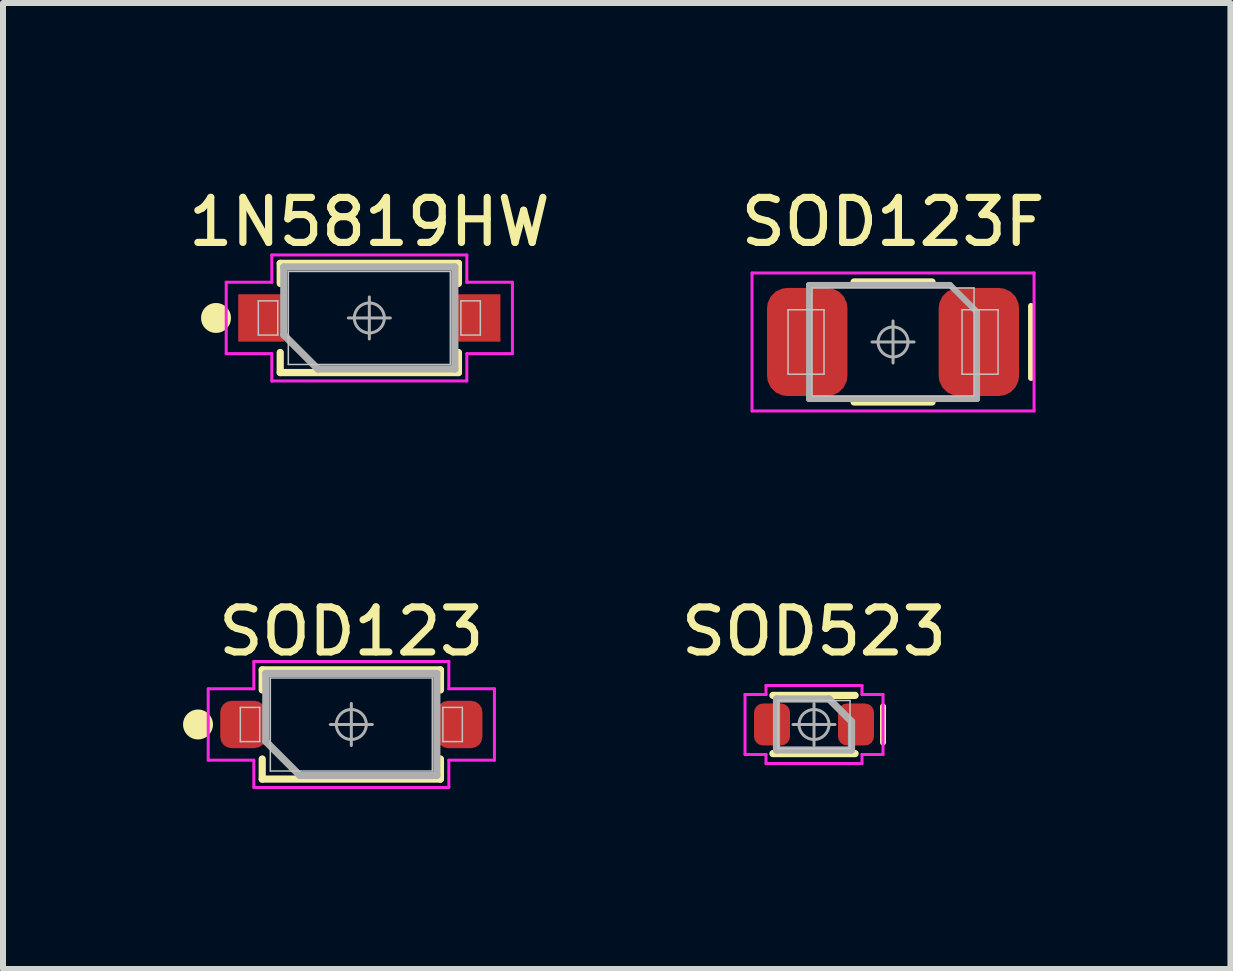
<source format=kicad_pcb>
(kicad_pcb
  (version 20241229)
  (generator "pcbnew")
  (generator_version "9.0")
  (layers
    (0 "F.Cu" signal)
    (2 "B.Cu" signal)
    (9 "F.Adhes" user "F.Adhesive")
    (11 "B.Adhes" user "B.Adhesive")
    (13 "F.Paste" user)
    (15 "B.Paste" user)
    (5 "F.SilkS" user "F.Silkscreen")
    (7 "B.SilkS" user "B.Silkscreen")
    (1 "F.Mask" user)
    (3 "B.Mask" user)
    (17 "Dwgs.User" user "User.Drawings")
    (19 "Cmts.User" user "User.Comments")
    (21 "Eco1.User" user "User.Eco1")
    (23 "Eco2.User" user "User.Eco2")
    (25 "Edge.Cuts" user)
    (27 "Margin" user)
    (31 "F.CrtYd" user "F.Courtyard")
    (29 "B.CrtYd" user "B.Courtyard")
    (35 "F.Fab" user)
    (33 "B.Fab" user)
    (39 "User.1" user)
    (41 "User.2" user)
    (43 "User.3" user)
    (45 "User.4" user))
  (footprint "1N5819HW"
    (layer "F.Cu")
    (at 3.105 2.249)
    (property "Reference" "1N5819HW" (at 0 -1.6 0) (layer "F.SilkS") (effects (font (size 0.75 0.75) (thickness 0.12))))
    (attr smd)
    (fp_line (start -1.485 -0.91) (end -1.485 -0.575) (stroke (width 0.12) (type solid)) (layer "F.SilkS"))
    (fp_line (start -1.485 0.91) (end -1.485 0.575) (stroke (width 0.12) (type solid)) (layer "F.SilkS"))
    (fp_line (start 1.485 -0.91) (end -1.485 -0.91) (stroke (width 0.12) (type solid)) (layer "F.SilkS"))
    (fp_line (start 1.485 -0.575) (end 1.485 -0.91) (stroke (width 0.12) (type solid)) (layer "F.SilkS"))
    (fp_line (start 1.485 0.575) (end 1.485 0.91) (stroke (width 0.12) (type solid)) (layer "F.SilkS"))
    (fp_line (start 1.485 0.91) (end -1.485 0.91) (stroke (width 0.12) (type solid)) (layer "F.SilkS"))
    (fp_circle (center -2.555 0) (end -2.555 0.125) (stroke (width 0.25) (type solid)) (fill no) (layer "F.SilkS"))
    (fp_line (start -1.85 -0.285) (end -1.526 -0.285) (stroke (width 0.025) (type solid)) (layer "Dwgs.User"))
    (fp_line (start -1.85 0.285) (end -1.85 -0.285) (stroke (width 0.025) (type solid)) (layer "Dwgs.User"))
    (fp_line (start -1.526 -0.285) (end -1.526 0.285) (stroke (width 0.025) (type solid)) (layer "Dwgs.User"))
    (fp_line (start -1.526 0.285) (end -1.85 0.285) (stroke (width 0.025) (type solid)) (layer "Dwgs.User"))
    (fp_line (start -1.35 -0.775) (end 1.35 -0.775) (stroke (width 0.025) (type solid)) (layer "Dwgs.User"))
    (fp_line (start -1.35 0.775) (end -1.35 -0.775) (stroke (width 0.025) (type solid)) (layer "Dwgs.User"))
    (fp_line (start 1.35 -0.775) (end 1.35 0.775) (stroke (width 0.025) (type solid)) (layer "Dwgs.User"))
    (fp_line (start 1.35 0.775) (end -1.35 0.775) (stroke (width 0.025) (type solid)) (layer "Dwgs.User"))
    (fp_line (start 1.526 -0.285) (end 1.85 -0.285) (stroke (width 0.025) (type solid)) (layer "Dwgs.User"))
    (fp_line (start 1.526 0.285) (end 1.526 -0.285) (stroke (width 0.025) (type solid)) (layer "Dwgs.User"))
    (fp_line (start 1.85 -0.285) (end 1.85 0.285) (stroke (width 0.025) (type solid)) (layer "Dwgs.User"))
    (fp_line (start 1.85 0.285) (end 1.526 0.285) (stroke (width 0.025) (type solid)) (layer "Dwgs.User"))
    (fp_line (start -2.385 -0.595) (end -2.385 0.595) (stroke (width 0.05) (type solid)) (layer "F.CrtYd"))
    (fp_line (start -2.385 0.595) (end -1.625 0.595) (stroke (width 0.05) (type solid)) (layer "F.CrtYd"))
    (fp_line (start -1.625 -1.05) (end -1.625 -0.595) (stroke (width 0.05) (type solid)) (layer "F.CrtYd"))
    (fp_line (start -1.625 -0.595) (end -2.385 -0.595) (stroke (width 0.05) (type solid)) (layer "F.CrtYd"))
    (fp_line (start -1.625 0.595) (end -1.625 1.05) (stroke (width 0.05) (type solid)) (layer "F.CrtYd"))
    (fp_line (start -1.625 1.05) (end 1.625 1.05) (stroke (width 0.05) (type solid)) (layer "F.CrtYd"))
    (fp_line (start 1.625 -1.05) (end -1.625 -1.05) (stroke (width 0.05) (type solid)) (layer "F.CrtYd"))
    (fp_line (start 1.625 -0.595) (end 1.625 -1.05) (stroke (width 0.05) (type solid)) (layer "F.CrtYd"))
    (fp_line (start 1.625 0.595) (end 2.385 0.595) (stroke (width 0.05) (type solid)) (layer "F.CrtYd"))
    (fp_line (start 1.625 1.05) (end 1.625 0.595) (stroke (width 0.05) (type solid)) (layer "F.CrtYd"))
    (fp_line (start 2.385 -0.595) (end 1.625 -0.595) (stroke (width 0.05) (type solid)) (layer "F.CrtYd"))
    (fp_line (start 2.385 0.595) (end 2.385 -0.595) (stroke (width 0.05) (type solid)) (layer "F.CrtYd"))
    (fp_line (start -1.425 -0.85) (end -1.425 0.283) (stroke (width 0.12) (type solid)) (layer "F.Fab"))
    (fp_line (start -1.425 0.283) (end -0.858 0.85) (stroke (width 0.12) (type solid)) (layer "F.Fab"))
    (fp_line (start -0.858 0.85) (end 1.425 0.85) (stroke (width 0.12) (type solid)) (layer "F.Fab"))
    (fp_line (start 0 -0.35) (end 0 0.35) (stroke (width 0.05) (type solid)) (layer "F.Fab"))
    (fp_line (start 0.35 0) (end -0.35 0) (stroke (width 0.05) (type solid)) (layer "F.Fab"))
    (fp_line (start 1.425 -0.85) (end -1.425 -0.85) (stroke (width 0.12) (type solid)) (layer "F.Fab"))
    (fp_line (start 1.425 0.85) (end 1.425 -0.85) (stroke (width 0.12) (type solid)) (layer "F.Fab"))
    (fp_circle (center 0 0) (end 0.25 0) (stroke (width 0.05) (type solid)) (fill no) (layer "F.Fab"))
    (pad "1" smd rect (at -1.805 0) (size 0.76 0.79) (layers "F.Cu" "F.Mask" "F.Paste"))
    (pad "2" smd rect (at 1.805 0) (size 0.76 0.79) (layers "F.Cu" "F.Mask" "F.Paste")))
  (footprint "SOD523"
    (layer "F.Cu")
    (at 10.516 9.024)
    (property "Reference" "SOD523" (at 0 -1.55 0) (layer "F.SilkS") (effects (font (size 0.75 0.75) (thickness 0.12))))
    (attr smd)
    (fp_line (start -0.685 -0.485) (end 0.685 -0.485) (stroke (width 0.12) (type solid)) (layer "F.SilkS"))
    (fp_line (start -0.685 0.485) (end 0.685 0.485) (stroke (width 0.12) (type solid)) (layer "F.SilkS"))
    (fp_line (start 1.15 0.3) (end 1.15 -0.3) (stroke (width 0.1) (type default)) (layer "F.SilkS"))
    (fp_line (start -0.6 -0.4) (end 0.6 -0.4) (stroke (width 0.025) (type solid)) (layer "Dwgs.User"))
    (fp_line (start -0.6 0.4) (end -0.6 -0.4) (stroke (width 0.025) (type solid)) (layer "Dwgs.User"))
    (fp_line (start 0.6 -0.4) (end 0.6 0.4) (stroke (width 0.025) (type solid)) (layer "Dwgs.User"))
    (fp_line (start 0.6 0.4) (end -0.6 0.4) (stroke (width 0.025) (type solid)) (layer "Dwgs.User"))
    (fp_line (start -1.15 -0.5) (end -0.8 -0.5) (stroke (width 0.05) (type solid)) (layer "F.CrtYd"))
    (fp_line (start -1.15 0.5) (end -1.15 -0.5) (stroke (width 0.05) (type solid)) (layer "F.CrtYd"))
    (fp_line (start -1.15 0.5) (end -0.8 0.5) (stroke (width 0.05) (type solid)) (layer "F.CrtYd"))
    (fp_line (start -0.8 -0.65) (end -0.8 -0.5) (stroke (width 0.05) (type solid)) (layer "F.CrtYd"))
    (fp_line (start -0.8 0.5) (end -0.8 0.65) (stroke (width 0.05) (type solid)) (layer "F.CrtYd"))
    (fp_line (start -0.8 0.65) (end 0.8 0.65) (stroke (width 0.05) (type solid)) (layer "F.CrtYd"))
    (fp_line (start 0.8 -0.65) (end -0.8 -0.65) (stroke (width 0.05) (type solid)) (layer "F.CrtYd"))
    (fp_line (start 0.8 -0.5) (end 0.8 -0.65) (stroke (width 0.05) (type solid)) (layer "F.CrtYd"))
    (fp_line (start 0.8 0.65) (end 0.8 0.5) (stroke (width 0.05) (type solid)) (layer "F.CrtYd"))
    (fp_line (start 1.15 -0.5) (end 0.8 -0.5) (stroke (width 0.05) (type solid)) (layer "F.CrtYd"))
    (fp_line (start 1.15 0.5) (end 0.8 0.5) (stroke (width 0.05) (type solid)) (layer "F.CrtYd"))
    (fp_line (start 1.15 0.5) (end 1.15 -0.5) (stroke (width 0.05) (type solid)) (layer "F.CrtYd"))
    (fp_line (start -0.625 -0.425) (end -0.625 0.425) (stroke (width 0.12) (type solid)) (layer "F.Fab"))
    (fp_line (start -0.625 0.425) (end 0.625 0.425) (stroke (width 0.12) (type solid)) (layer "F.Fab"))
    (fp_line (start -0.35 0) (end 0.35 0) (stroke (width 0.05) (type solid)) (layer "F.Fab"))
    (fp_line (start 0 0.35) (end 0 -0.35) (stroke (width 0.05) (type solid)) (layer "F.Fab"))
    (fp_line (start 0.25 -0.425) (end -0.625 -0.425) (stroke (width 0.12) (type solid)) (layer "F.Fab"))
    (fp_line (start 0.625 -0.05) (end 0.25 -0.425) (stroke (width 0.12) (type solid)) (layer "F.Fab"))
    (fp_line (start 0.625 0.425) (end 0.625 -0.05) (stroke (width 0.12) (type solid)) (layer "F.Fab"))
    (fp_circle (center 0 0) (end -0.25 0) (stroke (width 0.05) (type solid)) (fill no) (layer "F.Fab"))
    (pad "1" smd roundrect (at -0.7 0 180) (size 0.6 0.7) (layers "F.Cu" "F.Mask" "F.Paste") (roundrect_rratio 0.25))
    (pad "2" smd roundrect (at 0.7 0 180) (size 0.6 0.7) (layers "F.Cu" "F.Mask" "F.Paste") (roundrect_rratio 0.25)))
  (footprint "SOD123F"
    (layer "F.Cu")
    (at 11.833 2.649)
    (property "Reference" "SOD123F" (at 0 -2 0) (layer "F.SilkS") (effects (font (size 0.75 0.75) (thickness 0.12))))
    (attr smd)
    (fp_line (start -0.65 -1) (end 0.65 -1) (stroke (width 0.12) (type solid)) (layer "F.SilkS"))
    (fp_line (start -0.65 1) (end 0.65 1) (stroke (width 0.12) (type solid)) (layer "F.SilkS"))
    (fp_line (start 2.3 0.6) (end 2.3 -0.6) (stroke (width 0.1) (type default)) (layer "F.SilkS"))
    (fp_line (start -1.75 -0.537) (end -1.15 -0.537) (stroke (width 0.025) (type solid)) (layer "Dwgs.User"))
    (fp_line (start -1.75 0.537) (end -1.75 -0.537) (stroke (width 0.025) (type solid)) (layer "Dwgs.User"))
    (fp_line (start -1.35 -0.9) (end 1.35 -0.9) (stroke (width 0.025) (type solid)) (layer "Dwgs.User"))
    (fp_line (start -1.35 0.9) (end -1.35 -0.9) (stroke (width 0.025) (type solid)) (layer "Dwgs.User"))
    (fp_line (start -1.15 -0.537) (end -1.15 0.537) (stroke (width 0.025) (type solid)) (layer "Dwgs.User"))
    (fp_line (start -1.15 0.537) (end -1.75 0.537) (stroke (width 0.025) (type solid)) (layer "Dwgs.User"))
    (fp_line (start 1.15 -0.537) (end 1.75 -0.537) (stroke (width 0.025) (type solid)) (layer "Dwgs.User"))
    (fp_line (start 1.15 0.537) (end 1.15 -0.537) (stroke (width 0.025) (type solid)) (layer "Dwgs.User"))
    (fp_line (start 1.35 -0.9) (end 1.35 0.9) (stroke (width 0.025) (type solid)) (layer "Dwgs.User"))
    (fp_line (start 1.35 0.9) (end -1.35 0.9) (stroke (width 0.025) (type solid)) (layer "Dwgs.User"))
    (fp_line (start 1.75 -0.537) (end 1.75 0.537) (stroke (width 0.025) (type solid)) (layer "Dwgs.User"))
    (fp_line (start 1.75 0.537) (end 1.15 0.537) (stroke (width 0.025) (type solid)) (layer "Dwgs.User"))
    (fp_line (start -2.35 -1.15) (end -2.35 1.15) (stroke (width 0.05) (type solid)) (layer "F.CrtYd"))
    (fp_line (start -2.35 1.15) (end 2.35 1.15) (stroke (width 0.05) (type solid)) (layer "F.CrtYd"))
    (fp_line (start 2.35 -1.15) (end -2.35 -1.15) (stroke (width 0.05) (type solid)) (layer "F.CrtYd"))
    (fp_line (start 2.35 1.15) (end 2.35 -1.15) (stroke (width 0.05) (type solid)) (layer "F.CrtYd"))
    (fp_line (start -1.4 -0.95) (end -1.4 0.95) (stroke (width 0.1) (type solid)) (layer "F.Fab"))
    (fp_line (start -1.4 0.95) (end 1.4 0.95) (stroke (width 0.1) (type solid)) (layer "F.Fab"))
    (fp_line (start -0.35 0) (end 0.35 0) (stroke (width 0.05) (type solid)) (layer "F.Fab"))
    (fp_line (start 0 0.35) (end 0 -0.35) (stroke (width 0.05) (type solid)) (layer "F.Fab"))
    (fp_line (start 0.95 -0.95) (end -1.4 -0.95) (stroke (width 0.1) (type solid)) (layer "F.Fab"))
    (fp_line (start 1.4 -0.5) (end 0.95 -0.95) (stroke (width 0.1) (type solid)) (layer "F.Fab"))
    (fp_line (start 1.4 0.95) (end 1.4 -0.5) (stroke (width 0.1) (type solid)) (layer "F.Fab"))
    (fp_circle (center 0 0) (end -0.25 0) (stroke (width 0.05) (type solid)) (fill no) (layer "F.Fab"))
    (pad "1" smd roundrect (at -1.43 0 180) (size 1.34 1.8) (layers "F.Cu" "F.Mask" "F.Paste") (roundrect_rratio 0.25))
    (pad "2" smd roundrect (at 1.43 0 180) (size 1.34 1.8) (layers "F.Cu" "F.Mask" "F.Paste") (roundrect_rratio 0.25)))
  (footprint "SOD123"
    (layer "F.Cu")
    (at 2.805 9.024)
    (property "Reference" "SOD123" (at 0 -1.55 0) (layer "F.SilkS") (effects (font (size 0.75 0.75) (thickness 0.12))))
    (attr smd)
    (fp_line (start -1.485 -0.91) (end -1.485 -0.575) (stroke (width 0.12) (type solid)) (layer "F.SilkS"))
    (fp_line (start -1.485 0.91) (end -1.485 0.575) (stroke (width 0.12) (type solid)) (layer "F.SilkS"))
    (fp_line (start 1.485 -0.91) (end -1.485 -0.91) (stroke (width 0.12) (type solid)) (layer "F.SilkS"))
    (fp_line (start 1.485 -0.575) (end 1.485 -0.91) (stroke (width 0.12) (type solid)) (layer "F.SilkS"))
    (fp_line (start 1.485 0.575) (end 1.485 0.91) (stroke (width 0.12) (type solid)) (layer "F.SilkS"))
    (fp_line (start 1.485 0.91) (end -1.485 0.91) (stroke (width 0.12) (type solid)) (layer "F.SilkS"))
    (fp_circle (center -2.555 0) (end -2.555 0.125) (stroke (width 0.25) (type solid)) (fill no) (layer "F.SilkS"))
    (fp_line (start -1.85 -0.285) (end -1.526 -0.285) (stroke (width 0.025) (type solid)) (layer "Dwgs.User"))
    (fp_line (start -1.85 0.285) (end -1.85 -0.285) (stroke (width 0.025) (type solid)) (layer "Dwgs.User"))
    (fp_line (start -1.526 -0.285) (end -1.526 0.285) (stroke (width 0.025) (type solid)) (layer "Dwgs.User"))
    (fp_line (start -1.526 0.285) (end -1.85 0.285) (stroke (width 0.025) (type solid)) (layer "Dwgs.User"))
    (fp_line (start -1.35 -0.775) (end 1.35 -0.775) (stroke (width 0.025) (type solid)) (layer "Dwgs.User"))
    (fp_line (start -1.35 0.775) (end -1.35 -0.775) (stroke (width 0.025) (type solid)) (layer "Dwgs.User"))
    (fp_line (start 1.35 -0.775) (end 1.35 0.775) (stroke (width 0.025) (type solid)) (layer "Dwgs.User"))
    (fp_line (start 1.35 0.775) (end -1.35 0.775) (stroke (width 0.025) (type solid)) (layer "Dwgs.User"))
    (fp_line (start 1.526 -0.285) (end 1.85 -0.285) (stroke (width 0.025) (type solid)) (layer "Dwgs.User"))
    (fp_line (start 1.526 0.285) (end 1.526 -0.285) (stroke (width 0.025) (type solid)) (layer "Dwgs.User"))
    (fp_line (start 1.85 -0.285) (end 1.85 0.285) (stroke (width 0.025) (type solid)) (layer "Dwgs.User"))
    (fp_line (start 1.85 0.285) (end 1.526 0.285) (stroke (width 0.025) (type solid)) (layer "Dwgs.User"))
    (fp_line (start -2.385 -0.595) (end -2.385 0.595) (stroke (width 0.05) (type solid)) (layer "F.CrtYd"))
    (fp_line (start -2.385 0.595) (end -1.625 0.595) (stroke (width 0.05) (type solid)) (layer "F.CrtYd"))
    (fp_line (start -1.625 -1.05) (end -1.625 -0.595) (stroke (width 0.05) (type solid)) (layer "F.CrtYd"))
    (fp_line (start -1.625 -0.595) (end -2.385 -0.595) (stroke (width 0.05) (type solid)) (layer "F.CrtYd"))
    (fp_line (start -1.625 0.595) (end -1.625 1.05) (stroke (width 0.05) (type solid)) (layer "F.CrtYd"))
    (fp_line (start -1.625 1.05) (end 1.625 1.05) (stroke (width 0.05) (type solid)) (layer "F.CrtYd"))
    (fp_line (start 1.625 -1.05) (end -1.625 -1.05) (stroke (width 0.05) (type solid)) (layer "F.CrtYd"))
    (fp_line (start 1.625 -0.595) (end 1.625 -1.05) (stroke (width 0.05) (type solid)) (layer "F.CrtYd"))
    (fp_line (start 1.625 0.595) (end 2.385 0.595) (stroke (width 0.05) (type solid)) (layer "F.CrtYd"))
    (fp_line (start 1.625 1.05) (end 1.625 0.595) (stroke (width 0.05) (type solid)) (layer "F.CrtYd"))
    (fp_line (start 2.385 -0.595) (end 1.625 -0.595) (stroke (width 0.05) (type solid)) (layer "F.CrtYd"))
    (fp_line (start 2.385 0.595) (end 2.385 -0.595) (stroke (width 0.05) (type solid)) (layer "F.CrtYd"))
    (fp_line (start -1.425 -0.85) (end -1.425 0.283) (stroke (width 0.12) (type solid)) (layer "F.Fab"))
    (fp_line (start -1.425 0.283) (end -0.858 0.85) (stroke (width 0.12) (type solid)) (layer "F.Fab"))
    (fp_line (start -0.858 0.85) (end 1.425 0.85) (stroke (width 0.12) (type solid)) (layer "F.Fab"))
    (fp_line (start 0 -0.35) (end 0 0.35) (stroke (width 0.05) (type solid)) (layer "F.Fab"))
    (fp_line (start 0.35 0) (end -0.35 0) (stroke (width 0.05) (type solid)) (layer "F.Fab"))
    (fp_line (start 1.425 -0.85) (end -1.425 -0.85) (stroke (width 0.12) (type solid)) (layer "F.Fab"))
    (fp_line (start 1.425 0.85) (end 1.425 -0.85) (stroke (width 0.12) (type solid)) (layer "F.Fab"))
    (fp_circle (center 0 0) (end 0.25 0) (stroke (width 0.05) (type solid)) (fill no) (layer "F.Fab"))
    (pad "1" smd roundrect (at -1.805 0) (size 0.76 0.79) (layers "F.Cu" "F.Mask" "F.Paste") (roundrect_rratio 0.25))
    (pad "2" smd roundrect (at 1.805 0) (size 0.76 0.79) (layers "F.Cu" "F.Mask" "F.Paste") (roundrect_rratio 0.25)))
  (gr_rect
    (start -3 -3)
    (end 17.456 13.099)
    (stroke (width 0.1) (type default))
    (fill no)
    (layer "Edge.Cuts")))
</source>
